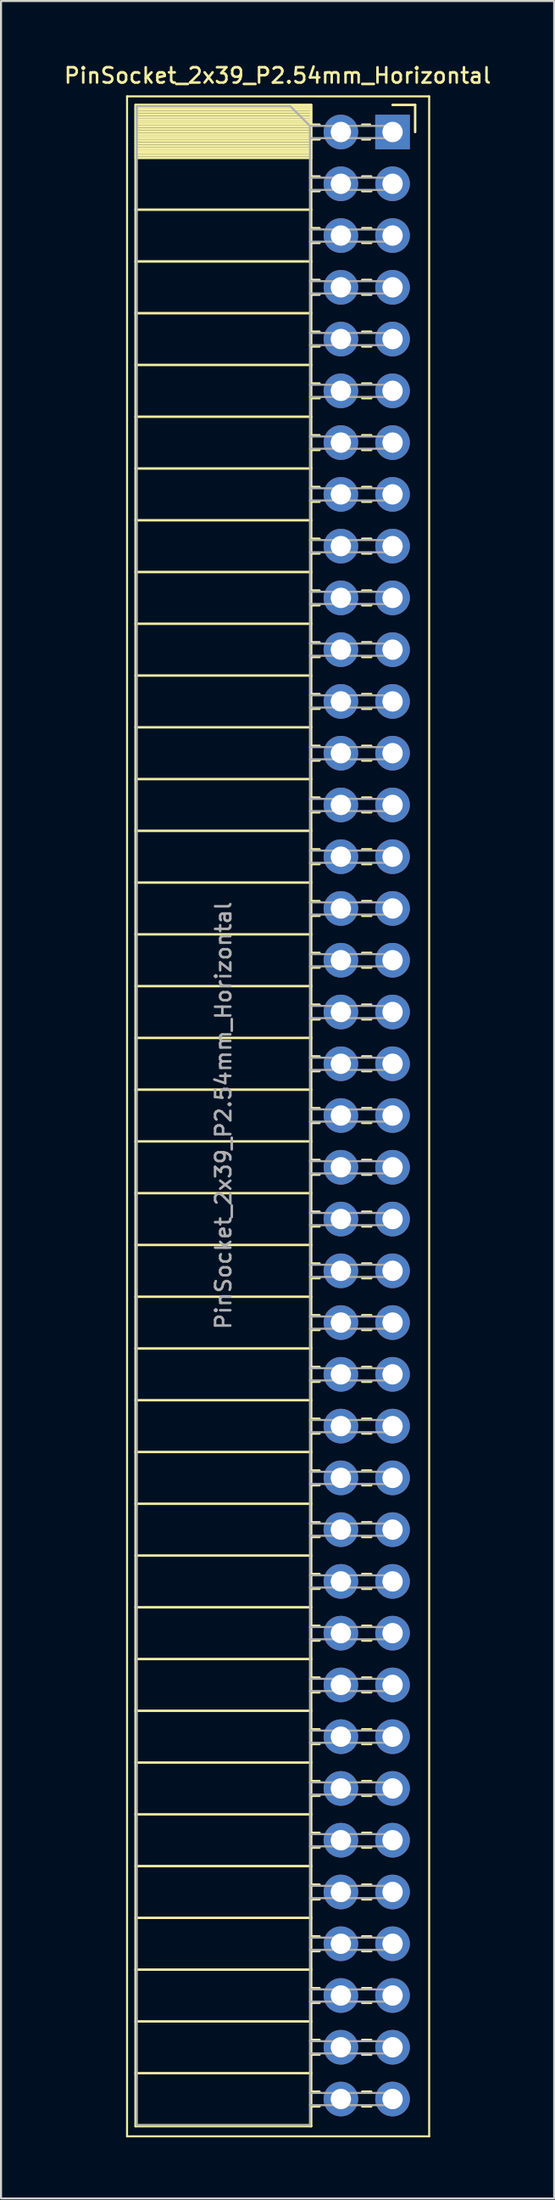
<source format=kicad_pcb>
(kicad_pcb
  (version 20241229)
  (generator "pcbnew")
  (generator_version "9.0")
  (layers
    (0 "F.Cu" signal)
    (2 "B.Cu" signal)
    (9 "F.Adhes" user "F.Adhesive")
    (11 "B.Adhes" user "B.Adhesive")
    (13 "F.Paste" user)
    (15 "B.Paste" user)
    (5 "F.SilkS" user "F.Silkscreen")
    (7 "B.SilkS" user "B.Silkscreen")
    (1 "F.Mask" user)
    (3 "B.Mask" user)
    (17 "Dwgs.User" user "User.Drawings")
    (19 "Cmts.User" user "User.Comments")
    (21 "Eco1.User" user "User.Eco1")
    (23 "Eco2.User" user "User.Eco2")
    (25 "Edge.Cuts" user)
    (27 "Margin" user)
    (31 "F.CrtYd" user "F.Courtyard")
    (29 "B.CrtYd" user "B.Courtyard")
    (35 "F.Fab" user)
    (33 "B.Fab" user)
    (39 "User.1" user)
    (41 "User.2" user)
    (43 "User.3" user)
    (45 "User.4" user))
  (footprint "PinSocket_2x39_P2.54mm_Horizontal"
    (layer "F.Cu")
    (at 16.245 3.428)
    (property "Reference" "PinSocket_2x39_P2.54mm_Horizontal" (at -5.65 -2.77 0) (layer "F.SilkS") (effects (font (size 0.75 0.75) (thickness 0.125))))
    (attr through_hole)
    (fp_line (start -13.05 -1.75) (end -13.05 98.35) (stroke (width 0.1) (type solid)) (layer "F.SilkS"))
    (fp_line (start -13.05 98.35) (end 1.8 98.35) (stroke (width 0.1) (type solid)) (layer "F.SilkS"))
    (fp_line (start -12.63 -1.33) (end -12.63 97.85) (stroke (width 0.12) (type solid)) (layer "F.SilkS"))
    (fp_line (start -12.63 -1.33) (end -4 -1.33) (stroke (width 0.12) (type solid)) (layer "F.SilkS"))
    (fp_line (start -12.63 -1.21) (end -4 -1.21) (stroke (width 0.12) (type solid)) (layer "F.SilkS"))
    (fp_line (start -12.63 -1.092) (end -4 -1.092) (stroke (width 0.12) (type solid)) (layer "F.SilkS"))
    (fp_line (start -12.63 -0.974) (end -4 -0.974) (stroke (width 0.12) (type solid)) (layer "F.SilkS"))
    (fp_line (start -12.63 -0.856) (end -4 -0.856) (stroke (width 0.12) (type solid)) (layer "F.SilkS"))
    (fp_line (start -12.63 -0.738) (end -4 -0.738) (stroke (width 0.12) (type solid)) (layer "F.SilkS"))
    (fp_line (start -12.63 -0.62) (end -4 -0.62) (stroke (width 0.12) (type solid)) (layer "F.SilkS"))
    (fp_line (start -12.63 -0.501) (end -4 -0.501) (stroke (width 0.12) (type solid)) (layer "F.SilkS"))
    (fp_line (start -12.63 -0.383) (end -4 -0.383) (stroke (width 0.12) (type solid)) (layer "F.SilkS"))
    (fp_line (start -12.63 -0.265) (end -4 -0.265) (stroke (width 0.12) (type solid)) (layer "F.SilkS"))
    (fp_line (start -12.63 -0.147) (end -4 -0.147) (stroke (width 0.12) (type solid)) (layer "F.SilkS"))
    (fp_line (start -12.63 -0.029) (end -4 -0.029) (stroke (width 0.12) (type solid)) (layer "F.SilkS"))
    (fp_line (start -12.63 0.089) (end -4 0.089) (stroke (width 0.12) (type solid)) (layer "F.SilkS"))
    (fp_line (start -12.63 0.207) (end -4 0.207) (stroke (width 0.12) (type solid)) (layer "F.SilkS"))
    (fp_line (start -12.63 0.325) (end -4 0.325) (stroke (width 0.12) (type solid)) (layer "F.SilkS"))
    (fp_line (start -12.63 0.443) (end -4 0.443) (stroke (width 0.12) (type solid)) (layer "F.SilkS"))
    (fp_line (start -12.63 0.561) (end -4 0.561) (stroke (width 0.12) (type solid)) (layer "F.SilkS"))
    (fp_line (start -12.63 0.68) (end -4 0.68) (stroke (width 0.12) (type solid)) (layer "F.SilkS"))
    (fp_line (start -12.63 0.798) (end -4 0.798) (stroke (width 0.12) (type solid)) (layer "F.SilkS"))
    (fp_line (start -12.63 0.916) (end -4 0.916) (stroke (width 0.12) (type solid)) (layer "F.SilkS"))
    (fp_line (start -12.63 1.034) (end -4 1.034) (stroke (width 0.12) (type solid)) (layer "F.SilkS"))
    (fp_line (start -12.63 1.152) (end -4 1.152) (stroke (width 0.12) (type solid)) (layer "F.SilkS"))
    (fp_line (start -12.63 1.27) (end -4 1.27) (stroke (width 0.12) (type solid)) (layer "F.SilkS"))
    (fp_line (start -12.63 3.81) (end -4 3.81) (stroke (width 0.12) (type solid)) (layer "F.SilkS"))
    (fp_line (start -12.63 6.35) (end -4 6.35) (stroke (width 0.12) (type solid)) (layer "F.SilkS"))
    (fp_line (start -12.63 8.89) (end -4 8.89) (stroke (width 0.12) (type solid)) (layer "F.SilkS"))
    (fp_line (start -12.63 11.43) (end -4 11.43) (stroke (width 0.12) (type solid)) (layer "F.SilkS"))
    (fp_line (start -12.63 13.97) (end -4 13.97) (stroke (width 0.12) (type solid)) (layer "F.SilkS"))
    (fp_line (start -12.63 16.51) (end -4 16.51) (stroke (width 0.12) (type solid)) (layer "F.SilkS"))
    (fp_line (start -12.63 19.05) (end -4 19.05) (stroke (width 0.12) (type solid)) (layer "F.SilkS"))
    (fp_line (start -12.63 21.59) (end -4 21.59) (stroke (width 0.12) (type solid)) (layer "F.SilkS"))
    (fp_line (start -12.63 24.13) (end -4 24.13) (stroke (width 0.12) (type solid)) (layer "F.SilkS"))
    (fp_line (start -12.63 26.67) (end -4 26.67) (stroke (width 0.12) (type solid)) (layer "F.SilkS"))
    (fp_line (start -12.63 29.21) (end -4 29.21) (stroke (width 0.12) (type solid)) (layer "F.SilkS"))
    (fp_line (start -12.63 31.75) (end -4 31.75) (stroke (width 0.12) (type solid)) (layer "F.SilkS"))
    (fp_line (start -12.63 34.29) (end -4 34.29) (stroke (width 0.12) (type solid)) (layer "F.SilkS"))
    (fp_line (start -12.63 36.83) (end -4 36.83) (stroke (width 0.12) (type solid)) (layer "F.SilkS"))
    (fp_line (start -12.63 39.37) (end -4 39.37) (stroke (width 0.12) (type solid)) (layer "F.SilkS"))
    (fp_line (start -12.63 41.91) (end -4 41.91) (stroke (width 0.12) (type solid)) (layer "F.SilkS"))
    (fp_line (start -12.63 44.45) (end -4 44.45) (stroke (width 0.12) (type solid)) (layer "F.SilkS"))
    (fp_line (start -12.63 46.99) (end -4 46.99) (stroke (width 0.12) (type solid)) (layer "F.SilkS"))
    (fp_line (start -12.63 49.53) (end -4 49.53) (stroke (width 0.12) (type solid)) (layer "F.SilkS"))
    (fp_line (start -12.63 52.07) (end -4 52.07) (stroke (width 0.12) (type solid)) (layer "F.SilkS"))
    (fp_line (start -12.63 54.61) (end -4 54.61) (stroke (width 0.12) (type solid)) (layer "F.SilkS"))
    (fp_line (start -12.63 57.15) (end -4 57.15) (stroke (width 0.12) (type solid)) (layer "F.SilkS"))
    (fp_line (start -12.63 59.69) (end -4 59.69) (stroke (width 0.12) (type solid)) (layer "F.SilkS"))
    (fp_line (start -12.63 62.23) (end -4 62.23) (stroke (width 0.12) (type solid)) (layer "F.SilkS"))
    (fp_line (start -12.63 64.77) (end -4 64.77) (stroke (width 0.12) (type solid)) (layer "F.SilkS"))
    (fp_line (start -12.63 67.31) (end -4 67.31) (stroke (width 0.12) (type solid)) (layer "F.SilkS"))
    (fp_line (start -12.63 69.85) (end -4 69.85) (stroke (width 0.12) (type solid)) (layer "F.SilkS"))
    (fp_line (start -12.63 72.39) (end -4 72.39) (stroke (width 0.12) (type solid)) (layer "F.SilkS"))
    (fp_line (start -12.63 74.93) (end -4 74.93) (stroke (width 0.12) (type solid)) (layer "F.SilkS"))
    (fp_line (start -12.63 77.47) (end -4 77.47) (stroke (width 0.12) (type solid)) (layer "F.SilkS"))
    (fp_line (start -12.63 80.01) (end -4 80.01) (stroke (width 0.12) (type solid)) (layer "F.SilkS"))
    (fp_line (start -12.63 82.55) (end -4 82.55) (stroke (width 0.12) (type solid)) (layer "F.SilkS"))
    (fp_line (start -12.63 85.09) (end -4 85.09) (stroke (width 0.12) (type solid)) (layer "F.SilkS"))
    (fp_line (start -12.63 87.63) (end -4 87.63) (stroke (width 0.12) (type solid)) (layer "F.SilkS"))
    (fp_line (start -12.63 90.17) (end -4 90.17) (stroke (width 0.12) (type solid)) (layer "F.SilkS"))
    (fp_line (start -12.63 92.71) (end -4 92.71) (stroke (width 0.12) (type solid)) (layer "F.SilkS"))
    (fp_line (start -12.63 95.25) (end -4 95.25) (stroke (width 0.12) (type solid)) (layer "F.SilkS"))
    (fp_line (start -12.63 97.85) (end -4 97.85) (stroke (width 0.12) (type solid)) (layer "F.SilkS"))
    (fp_line (start -4 -1.33) (end -4 97.85) (stroke (width 0.12) (type solid)) (layer "F.SilkS"))
    (fp_line (start -4 -0.36) (end -3.59 -0.36) (stroke (width 0.12) (type solid)) (layer "F.SilkS"))
    (fp_line (start -4 0.36) (end -3.59 0.36) (stroke (width 0.12) (type solid)) (layer "F.SilkS"))
    (fp_line (start -4 2.18) (end -3.59 2.18) (stroke (width 0.12) (type solid)) (layer "F.SilkS"))
    (fp_line (start -4 2.9) (end -3.59 2.9) (stroke (width 0.12) (type solid)) (layer "F.SilkS"))
    (fp_line (start -4 4.72) (end -3.59 4.72) (stroke (width 0.12) (type solid)) (layer "F.SilkS"))
    (fp_line (start -4 5.44) (end -3.59 5.44) (stroke (width 0.12) (type solid)) (layer "F.SilkS"))
    (fp_line (start -4 7.26) (end -3.59 7.26) (stroke (width 0.12) (type solid)) (layer "F.SilkS"))
    (fp_line (start -4 7.98) (end -3.59 7.98) (stroke (width 0.12) (type solid)) (layer "F.SilkS"))
    (fp_line (start -4 9.8) (end -3.59 9.8) (stroke (width 0.12) (type solid)) (layer "F.SilkS"))
    (fp_line (start -4 10.52) (end -3.59 10.52) (stroke (width 0.12) (type solid)) (layer "F.SilkS"))
    (fp_line (start -4 12.34) (end -3.59 12.34) (stroke (width 0.12) (type solid)) (layer "F.SilkS"))
    (fp_line (start -4 13.06) (end -3.59 13.06) (stroke (width 0.12) (type solid)) (layer "F.SilkS"))
    (fp_line (start -4 14.88) (end -3.59 14.88) (stroke (width 0.12) (type solid)) (layer "F.SilkS"))
    (fp_line (start -4 15.6) (end -3.59 15.6) (stroke (width 0.12) (type solid)) (layer "F.SilkS"))
    (fp_line (start -4 17.42) (end -3.59 17.42) (stroke (width 0.12) (type solid)) (layer "F.SilkS"))
    (fp_line (start -4 18.14) (end -3.59 18.14) (stroke (width 0.12) (type solid)) (layer "F.SilkS"))
    (fp_line (start -4 19.96) (end -3.59 19.96) (stroke (width 0.12) (type solid)) (layer "F.SilkS"))
    (fp_line (start -4 20.68) (end -3.59 20.68) (stroke (width 0.12) (type solid)) (layer "F.SilkS"))
    (fp_line (start -4 22.5) (end -3.59 22.5) (stroke (width 0.12) (type solid)) (layer "F.SilkS"))
    (fp_line (start -4 23.22) (end -3.59 23.22) (stroke (width 0.12) (type solid)) (layer "F.SilkS"))
    (fp_line (start -4 25.04) (end -3.59 25.04) (stroke (width 0.12) (type solid)) (layer "F.SilkS"))
    (fp_line (start -4 25.76) (end -3.59 25.76) (stroke (width 0.12) (type solid)) (layer "F.SilkS"))
    (fp_line (start -4 27.58) (end -3.59 27.58) (stroke (width 0.12) (type solid)) (layer "F.SilkS"))
    (fp_line (start -4 28.3) (end -3.59 28.3) (stroke (width 0.12) (type solid)) (layer "F.SilkS"))
    (fp_line (start -4 30.12) (end -3.59 30.12) (stroke (width 0.12) (type solid)) (layer "F.SilkS"))
    (fp_line (start -4 30.84) (end -3.59 30.84) (stroke (width 0.12) (type solid)) (layer "F.SilkS"))
    (fp_line (start -4 32.66) (end -3.59 32.66) (stroke (width 0.12) (type solid)) (layer "F.SilkS"))
    (fp_line (start -4 33.38) (end -3.59 33.38) (stroke (width 0.12) (type solid)) (layer "F.SilkS"))
    (fp_line (start -4 35.2) (end -3.59 35.2) (stroke (width 0.12) (type solid)) (layer "F.SilkS"))
    (fp_line (start -4 35.92) (end -3.59 35.92) (stroke (width 0.12) (type solid)) (layer "F.SilkS"))
    (fp_line (start -4 37.74) (end -3.59 37.74) (stroke (width 0.12) (type solid)) (layer "F.SilkS"))
    (fp_line (start -4 38.46) (end -3.59 38.46) (stroke (width 0.12) (type solid)) (layer "F.SilkS"))
    (fp_line (start -4 40.28) (end -3.59 40.28) (stroke (width 0.12) (type solid)) (layer "F.SilkS"))
    (fp_line (start -4 41) (end -3.59 41) (stroke (width 0.12) (type solid)) (layer "F.SilkS"))
    (fp_line (start -4 42.82) (end -3.59 42.82) (stroke (width 0.12) (type solid)) (layer "F.SilkS"))
    (fp_line (start -4 43.54) (end -3.59 43.54) (stroke (width 0.12) (type solid)) (layer "F.SilkS"))
    (fp_line (start -4 45.36) (end -3.59 45.36) (stroke (width 0.12) (type solid)) (layer "F.SilkS"))
    (fp_line (start -4 46.08) (end -3.59 46.08) (stroke (width 0.12) (type solid)) (layer "F.SilkS"))
    (fp_line (start -4 47.9) (end -3.59 47.9) (stroke (width 0.12) (type solid)) (layer "F.SilkS"))
    (fp_line (start -4 48.62) (end -3.59 48.62) (stroke (width 0.12) (type solid)) (layer "F.SilkS"))
    (fp_line (start -4 50.44) (end -3.59 50.44) (stroke (width 0.12) (type solid)) (layer "F.SilkS"))
    (fp_line (start -4 51.16) (end -3.59 51.16) (stroke (width 0.12) (type solid)) (layer "F.SilkS"))
    (fp_line (start -4 52.98) (end -3.59 52.98) (stroke (width 0.12) (type solid)) (layer "F.SilkS"))
    (fp_line (start -4 53.7) (end -3.59 53.7) (stroke (width 0.12) (type solid)) (layer "F.SilkS"))
    (fp_line (start -4 55.52) (end -3.59 55.52) (stroke (width 0.12) (type solid)) (layer "F.SilkS"))
    (fp_line (start -4 56.24) (end -3.59 56.24) (stroke (width 0.12) (type solid)) (layer "F.SilkS"))
    (fp_line (start -4 58.06) (end -3.59 58.06) (stroke (width 0.12) (type solid)) (layer "F.SilkS"))
    (fp_line (start -4 58.78) (end -3.59 58.78) (stroke (width 0.12) (type solid)) (layer "F.SilkS"))
    (fp_line (start -4 60.6) (end -3.59 60.6) (stroke (width 0.12) (type solid)) (layer "F.SilkS"))
    (fp_line (start -4 61.32) (end -3.59 61.32) (stroke (width 0.12) (type solid)) (layer "F.SilkS"))
    (fp_line (start -4 63.14) (end -3.59 63.14) (stroke (width 0.12) (type solid)) (layer "F.SilkS"))
    (fp_line (start -4 63.86) (end -3.59 63.86) (stroke (width 0.12) (type solid)) (layer "F.SilkS"))
    (fp_line (start -4 65.68) (end -3.59 65.68) (stroke (width 0.12) (type solid)) (layer "F.SilkS"))
    (fp_line (start -4 66.4) (end -3.59 66.4) (stroke (width 0.12) (type solid)) (layer "F.SilkS"))
    (fp_line (start -4 68.22) (end -3.59 68.22) (stroke (width 0.12) (type solid)) (layer "F.SilkS"))
    (fp_line (start -4 68.94) (end -3.59 68.94) (stroke (width 0.12) (type solid)) (layer "F.SilkS"))
    (fp_line (start -4 70.76) (end -3.59 70.76) (stroke (width 0.12) (type solid)) (layer "F.SilkS"))
    (fp_line (start -4 71.48) (end -3.59 71.48) (stroke (width 0.12) (type solid)) (layer "F.SilkS"))
    (fp_line (start -4 73.3) (end -3.59 73.3) (stroke (width 0.12) (type solid)) (layer "F.SilkS"))
    (fp_line (start -4 74.02) (end -3.59 74.02) (stroke (width 0.12) (type solid)) (layer "F.SilkS"))
    (fp_line (start -4 75.84) (end -3.59 75.84) (stroke (width 0.12) (type solid)) (layer "F.SilkS"))
    (fp_line (start -4 76.56) (end -3.59 76.56) (stroke (width 0.12) (type solid)) (layer "F.SilkS"))
    (fp_line (start -4 78.38) (end -3.59 78.38) (stroke (width 0.12) (type solid)) (layer "F.SilkS"))
    (fp_line (start -4 79.1) (end -3.59 79.1) (stroke (width 0.12) (type solid)) (layer "F.SilkS"))
    (fp_line (start -4 80.92) (end -3.59 80.92) (stroke (width 0.12) (type solid)) (layer "F.SilkS"))
    (fp_line (start -4 81.64) (end -3.59 81.64) (stroke (width 0.12) (type solid)) (layer "F.SilkS"))
    (fp_line (start -4 83.46) (end -3.59 83.46) (stroke (width 0.12) (type solid)) (layer "F.SilkS"))
    (fp_line (start -4 84.18) (end -3.59 84.18) (stroke (width 0.12) (type solid)) (layer "F.SilkS"))
    (fp_line (start -4 86) (end -3.59 86) (stroke (width 0.12) (type solid)) (layer "F.SilkS"))
    (fp_line (start -4 86.72) (end -3.59 86.72) (stroke (width 0.12) (type solid)) (layer "F.SilkS"))
    (fp_line (start -4 88.54) (end -3.59 88.54) (stroke (width 0.12) (type solid)) (layer "F.SilkS"))
    (fp_line (start -4 89.26) (end -3.59 89.26) (stroke (width 0.12) (type solid)) (layer "F.SilkS"))
    (fp_line (start -4 91.08) (end -3.59 91.08) (stroke (width 0.12) (type solid)) (layer "F.SilkS"))
    (fp_line (start -4 91.8) (end -3.59 91.8) (stroke (width 0.12) (type solid)) (layer "F.SilkS"))
    (fp_line (start -4 93.62) (end -3.59 93.62) (stroke (width 0.12) (type solid)) (layer "F.SilkS"))
    (fp_line (start -4 94.34) (end -3.59 94.34) (stroke (width 0.12) (type solid)) (layer "F.SilkS"))
    (fp_line (start -4 96.16) (end -3.59 96.16) (stroke (width 0.12) (type solid)) (layer "F.SilkS"))
    (fp_line (start -4 96.88) (end -3.59 96.88) (stroke (width 0.12) (type solid)) (layer "F.SilkS"))
    (fp_line (start -1.49 -0.36) (end -1.11 -0.36) (stroke (width 0.12) (type solid)) (layer "F.SilkS"))
    (fp_line (start -1.49 0.36) (end -1.11 0.36) (stroke (width 0.12) (type solid)) (layer "F.SilkS"))
    (fp_line (start -1.49 2.18) (end -1.05 2.18) (stroke (width 0.12) (type solid)) (layer "F.SilkS"))
    (fp_line (start -1.49 2.9) (end -1.05 2.9) (stroke (width 0.12) (type solid)) (layer "F.SilkS"))
    (fp_line (start -1.49 4.72) (end -1.05 4.72) (stroke (width 0.12) (type solid)) (layer "F.SilkS"))
    (fp_line (start -1.49 5.44) (end -1.05 5.44) (stroke (width 0.12) (type solid)) (layer "F.SilkS"))
    (fp_line (start -1.49 7.26) (end -1.05 7.26) (stroke (width 0.12) (type solid)) (layer "F.SilkS"))
    (fp_line (start -1.49 7.98) (end -1.05 7.98) (stroke (width 0.12) (type solid)) (layer "F.SilkS"))
    (fp_line (start -1.49 9.8) (end -1.05 9.8) (stroke (width 0.12) (type solid)) (layer "F.SilkS"))
    (fp_line (start -1.49 10.52) (end -1.05 10.52) (stroke (width 0.12) (type solid)) (layer "F.SilkS"))
    (fp_line (start -1.49 12.34) (end -1.05 12.34) (stroke (width 0.12) (type solid)) (layer "F.SilkS"))
    (fp_line (start -1.49 13.06) (end -1.05 13.06) (stroke (width 0.12) (type solid)) (layer "F.SilkS"))
    (fp_line (start -1.49 14.88) (end -1.05 14.88) (stroke (width 0.12) (type solid)) (layer "F.SilkS"))
    (fp_line (start -1.49 15.6) (end -1.05 15.6) (stroke (width 0.12) (type solid)) (layer "F.SilkS"))
    (fp_line (start -1.49 17.42) (end -1.05 17.42) (stroke (width 0.12) (type solid)) (layer "F.SilkS"))
    (fp_line (start -1.49 18.14) (end -1.05 18.14) (stroke (width 0.12) (type solid)) (layer "F.SilkS"))
    (fp_line (start -1.49 19.96) (end -1.05 19.96) (stroke (width 0.12) (type solid)) (layer "F.SilkS"))
    (fp_line (start -1.49 20.68) (end -1.05 20.68) (stroke (width 0.12) (type solid)) (layer "F.SilkS"))
    (fp_line (start -1.49 22.5) (end -1.05 22.5) (stroke (width 0.12) (type solid)) (layer "F.SilkS"))
    (fp_line (start -1.49 23.22) (end -1.05 23.22) (stroke (width 0.12) (type solid)) (layer "F.SilkS"))
    (fp_line (start -1.49 25.04) (end -1.05 25.04) (stroke (width 0.12) (type solid)) (layer "F.SilkS"))
    (fp_line (start -1.49 25.76) (end -1.05 25.76) (stroke (width 0.12) (type solid)) (layer "F.SilkS"))
    (fp_line (start -1.49 27.58) (end -1.05 27.58) (stroke (width 0.12) (type solid)) (layer "F.SilkS"))
    (fp_line (start -1.49 28.3) (end -1.05 28.3) (stroke (width 0.12) (type solid)) (layer "F.SilkS"))
    (fp_line (start -1.49 30.12) (end -1.05 30.12) (stroke (width 0.12) (type solid)) (layer "F.SilkS"))
    (fp_line (start -1.49 30.84) (end -1.05 30.84) (stroke (width 0.12) (type solid)) (layer "F.SilkS"))
    (fp_line (start -1.49 32.66) (end -1.05 32.66) (stroke (width 0.12) (type solid)) (layer "F.SilkS"))
    (fp_line (start -1.49 33.38) (end -1.05 33.38) (stroke (width 0.12) (type solid)) (layer "F.SilkS"))
    (fp_line (start -1.49 35.2) (end -1.05 35.2) (stroke (width 0.12) (type solid)) (layer "F.SilkS"))
    (fp_line (start -1.49 35.92) (end -1.05 35.92) (stroke (width 0.12) (type solid)) (layer "F.SilkS"))
    (fp_line (start -1.49 37.74) (end -1.05 37.74) (stroke (width 0.12) (type solid)) (layer "F.SilkS"))
    (fp_line (start -1.49 38.46) (end -1.05 38.46) (stroke (width 0.12) (type solid)) (layer "F.SilkS"))
    (fp_line (start -1.49 40.28) (end -1.05 40.28) (stroke (width 0.12) (type solid)) (layer "F.SilkS"))
    (fp_line (start -1.49 41) (end -1.05 41) (stroke (width 0.12) (type solid)) (layer "F.SilkS"))
    (fp_line (start -1.49 42.82) (end -1.05 42.82) (stroke (width 0.12) (type solid)) (layer "F.SilkS"))
    (fp_line (start -1.49 43.54) (end -1.05 43.54) (stroke (width 0.12) (type solid)) (layer "F.SilkS"))
    (fp_line (start -1.49 45.36) (end -1.05 45.36) (stroke (width 0.12) (type solid)) (layer "F.SilkS"))
    (fp_line (start -1.49 46.08) (end -1.05 46.08) (stroke (width 0.12) (type solid)) (layer "F.SilkS"))
    (fp_line (start -1.49 47.9) (end -1.05 47.9) (stroke (width 0.12) (type solid)) (layer "F.SilkS"))
    (fp_line (start -1.49 48.62) (end -1.05 48.62) (stroke (width 0.12) (type solid)) (layer "F.SilkS"))
    (fp_line (start -1.49 50.44) (end -1.05 50.44) (stroke (width 0.12) (type solid)) (layer "F.SilkS"))
    (fp_line (start -1.49 51.16) (end -1.05 51.16) (stroke (width 0.12) (type solid)) (layer "F.SilkS"))
    (fp_line (start -1.49 52.98) (end -1.05 52.98) (stroke (width 0.12) (type solid)) (layer "F.SilkS"))
    (fp_line (start -1.49 53.7) (end -1.05 53.7) (stroke (width 0.12) (type solid)) (layer "F.SilkS"))
    (fp_line (start -1.49 55.52) (end -1.05 55.52) (stroke (width 0.12) (type solid)) (layer "F.SilkS"))
    (fp_line (start -1.49 56.24) (end -1.05 56.24) (stroke (width 0.12) (type solid)) (layer "F.SilkS"))
    (fp_line (start -1.49 58.06) (end -1.05 58.06) (stroke (width 0.12) (type solid)) (layer "F.SilkS"))
    (fp_line (start -1.49 58.78) (end -1.05 58.78) (stroke (width 0.12) (type solid)) (layer "F.SilkS"))
    (fp_line (start -1.49 60.6) (end -1.05 60.6) (stroke (width 0.12) (type solid)) (layer "F.SilkS"))
    (fp_line (start -1.49 61.32) (end -1.05 61.32) (stroke (width 0.12) (type solid)) (layer "F.SilkS"))
    (fp_line (start -1.49 63.14) (end -1.05 63.14) (stroke (width 0.12) (type solid)) (layer "F.SilkS"))
    (fp_line (start -1.49 63.86) (end -1.05 63.86) (stroke (width 0.12) (type solid)) (layer "F.SilkS"))
    (fp_line (start -1.49 65.68) (end -1.05 65.68) (stroke (width 0.12) (type solid)) (layer "F.SilkS"))
    (fp_line (start -1.49 66.4) (end -1.05 66.4) (stroke (width 0.12) (type solid)) (layer "F.SilkS"))
    (fp_line (start -1.49 68.22) (end -1.05 68.22) (stroke (width 0.12) (type solid)) (layer "F.SilkS"))
    (fp_line (start -1.49 68.94) (end -1.05 68.94) (stroke (width 0.12) (type solid)) (layer "F.SilkS"))
    (fp_line (start -1.49 70.76) (end -1.05 70.76) (stroke (width 0.12) (type solid)) (layer "F.SilkS"))
    (fp_line (start -1.49 71.48) (end -1.05 71.48) (stroke (width 0.12) (type solid)) (layer "F.SilkS"))
    (fp_line (start -1.49 73.3) (end -1.05 73.3) (stroke (width 0.12) (type solid)) (layer "F.SilkS"))
    (fp_line (start -1.49 74.02) (end -1.05 74.02) (stroke (width 0.12) (type solid)) (layer "F.SilkS"))
    (fp_line (start -1.49 75.84) (end -1.05 75.84) (stroke (width 0.12) (type solid)) (layer "F.SilkS"))
    (fp_line (start -1.49 76.56) (end -1.05 76.56) (stroke (width 0.12) (type solid)) (layer "F.SilkS"))
    (fp_line (start -1.49 78.38) (end -1.05 78.38) (stroke (width 0.12) (type solid)) (layer "F.SilkS"))
    (fp_line (start -1.49 79.1) (end -1.05 79.1) (stroke (width 0.12) (type solid)) (layer "F.SilkS"))
    (fp_line (start -1.49 80.92) (end -1.05 80.92) (stroke (width 0.12) (type solid)) (layer "F.SilkS"))
    (fp_line (start -1.49 81.64) (end -1.05 81.64) (stroke (width 0.12) (type solid)) (layer "F.SilkS"))
    (fp_line (start -1.49 83.46) (end -1.05 83.46) (stroke (width 0.12) (type solid)) (layer "F.SilkS"))
    (fp_line (start -1.49 84.18) (end -1.05 84.18) (stroke (width 0.12) (type solid)) (layer "F.SilkS"))
    (fp_line (start -1.49 86) (end -1.05 86) (stroke (width 0.12) (type solid)) (layer "F.SilkS"))
    (fp_line (start -1.49 86.72) (end -1.05 86.72) (stroke (width 0.12) (type solid)) (layer "F.SilkS"))
    (fp_line (start -1.49 88.54) (end -1.05 88.54) (stroke (width 0.12) (type solid)) (layer "F.SilkS"))
    (fp_line (start -1.49 89.26) (end -1.05 89.26) (stroke (width 0.12) (type solid)) (layer "F.SilkS"))
    (fp_line (start -1.49 91.08) (end -1.05 91.08) (stroke (width 0.12) (type solid)) (layer "F.SilkS"))
    (fp_line (start -1.49 91.8) (end -1.05 91.8) (stroke (width 0.12) (type solid)) (layer "F.SilkS"))
    (fp_line (start -1.49 93.62) (end -1.05 93.62) (stroke (width 0.12) (type solid)) (layer "F.SilkS"))
    (fp_line (start -1.49 94.34) (end -1.05 94.34) (stroke (width 0.12) (type solid)) (layer "F.SilkS"))
    (fp_line (start -1.49 96.16) (end -1.05 96.16) (stroke (width 0.12) (type solid)) (layer "F.SilkS"))
    (fp_line (start -1.49 96.88) (end -1.05 96.88) (stroke (width 0.12) (type solid)) (layer "F.SilkS"))
    (fp_line (start 0 -1.33) (end 1.11 -1.33) (stroke (width 0.12) (type solid)) (layer "F.SilkS"))
    (fp_line (start 1.11 -1.33) (end 1.11 0) (stroke (width 0.12) (type solid)) (layer "F.SilkS"))
    (fp_line (start 1.8 -1.75) (end -13.05 -1.75) (stroke (width 0.1) (type solid)) (layer "F.SilkS"))
    (fp_line (start 1.8 98.35) (end 1.8 -1.75) (stroke (width 0.1) (type solid)) (layer "F.SilkS"))
    (fp_line (start -12.57 -1.27) (end -5.03 -1.27) (stroke (width 0.1) (type solid)) (layer "F.Fab"))
    (fp_line (start -12.57 97.79) (end -12.57 -1.27) (stroke (width 0.1) (type solid)) (layer "F.Fab"))
    (fp_line (start -5.03 -1.27) (end -4.06 -0.3) (stroke (width 0.1) (type solid)) (layer "F.Fab"))
    (fp_line (start -4.06 -0.3) (end -4.06 97.79) (stroke (width 0.1) (type solid)) (layer "F.Fab"))
    (fp_line (start -4.06 0.3) (end 0 0.3) (stroke (width 0.1) (type solid)) (layer "F.Fab"))
    (fp_line (start -4.06 2.84) (end 0 2.84) (stroke (width 0.1) (type solid)) (layer "F.Fab"))
    (fp_line (start -4.06 5.38) (end 0 5.38) (stroke (width 0.1) (type solid)) (layer "F.Fab"))
    (fp_line (start -4.06 7.92) (end 0 7.92) (stroke (width 0.1) (type solid)) (layer "F.Fab"))
    (fp_line (start -4.06 10.46) (end 0 10.46) (stroke (width 0.1) (type solid)) (layer "F.Fab"))
    (fp_line (start -4.06 13) (end 0 13) (stroke (width 0.1) (type solid)) (layer "F.Fab"))
    (fp_line (start -4.06 15.54) (end 0 15.54) (stroke (width 0.1) (type solid)) (layer "F.Fab"))
    (fp_line (start -4.06 18.08) (end 0 18.08) (stroke (width 0.1) (type solid)) (layer "F.Fab"))
    (fp_line (start -4.06 20.62) (end 0 20.62) (stroke (width 0.1) (type solid)) (layer "F.Fab"))
    (fp_line (start -4.06 23.16) (end 0 23.16) (stroke (width 0.1) (type solid)) (layer "F.Fab"))
    (fp_line (start -4.06 25.7) (end 0 25.7) (stroke (width 0.1) (type solid)) (layer "F.Fab"))
    (fp_line (start -4.06 28.24) (end 0 28.24) (stroke (width 0.1) (type solid)) (layer "F.Fab"))
    (fp_line (start -4.06 30.78) (end 0 30.78) (stroke (width 0.1) (type solid)) (layer "F.Fab"))
    (fp_line (start -4.06 33.32) (end 0 33.32) (stroke (width 0.1) (type solid)) (layer "F.Fab"))
    (fp_line (start -4.06 35.86) (end 0 35.86) (stroke (width 0.1) (type solid)) (layer "F.Fab"))
    (fp_line (start -4.06 38.4) (end 0 38.4) (stroke (width 0.1) (type solid)) (layer "F.Fab"))
    (fp_line (start -4.06 40.94) (end 0 40.94) (stroke (width 0.1) (type solid)) (layer "F.Fab"))
    (fp_line (start -4.06 43.48) (end 0 43.48) (stroke (width 0.1) (type solid)) (layer "F.Fab"))
    (fp_line (start -4.06 46.02) (end 0 46.02) (stroke (width 0.1) (type solid)) (layer "F.Fab"))
    (fp_line (start -4.06 48.56) (end 0 48.56) (stroke (width 0.1) (type solid)) (layer "F.Fab"))
    (fp_line (start -4.06 51.1) (end 0 51.1) (stroke (width 0.1) (type solid)) (layer "F.Fab"))
    (fp_line (start -4.06 53.64) (end 0 53.64) (stroke (width 0.1) (type solid)) (layer "F.Fab"))
    (fp_line (start -4.06 56.18) (end 0 56.18) (stroke (width 0.1) (type solid)) (layer "F.Fab"))
    (fp_line (start -4.06 58.72) (end 0 58.72) (stroke (width 0.1) (type solid)) (layer "F.Fab"))
    (fp_line (start -4.06 61.26) (end 0 61.26) (stroke (width 0.1) (type solid)) (layer "F.Fab"))
    (fp_line (start -4.06 63.8) (end 0 63.8) (stroke (width 0.1) (type solid)) (layer "F.Fab"))
    (fp_line (start -4.06 66.34) (end 0 66.34) (stroke (width 0.1) (type solid)) (layer "F.Fab"))
    (fp_line (start -4.06 68.88) (end 0 68.88) (stroke (width 0.1) (type solid)) (layer "F.Fab"))
    (fp_line (start -4.06 71.42) (end 0 71.42) (stroke (width 0.1) (type solid)) (layer "F.Fab"))
    (fp_line (start -4.06 73.96) (end 0 73.96) (stroke (width 0.1) (type solid)) (layer "F.Fab"))
    (fp_line (start -4.06 76.5) (end 0 76.5) (stroke (width 0.1) (type solid)) (layer "F.Fab"))
    (fp_line (start -4.06 79.04) (end 0 79.04) (stroke (width 0.1) (type solid)) (layer "F.Fab"))
    (fp_line (start -4.06 81.58) (end 0 81.58) (stroke (width 0.1) (type solid)) (layer "F.Fab"))
    (fp_line (start -4.06 84.12) (end 0 84.12) (stroke (width 0.1) (type solid)) (layer "F.Fab"))
    (fp_line (start -4.06 86.66) (end 0 86.66) (stroke (width 0.1) (type solid)) (layer "F.Fab"))
    (fp_line (start -4.06 89.2) (end 0 89.2) (stroke (width 0.1) (type solid)) (layer "F.Fab"))
    (fp_line (start -4.06 91.74) (end 0 91.74) (stroke (width 0.1) (type solid)) (layer "F.Fab"))
    (fp_line (start -4.06 94.28) (end 0 94.28) (stroke (width 0.1) (type solid)) (layer "F.Fab"))
    (fp_line (start -4.06 96.82) (end 0 96.82) (stroke (width 0.1) (type solid)) (layer "F.Fab"))
    (fp_line (start -4.06 97.79) (end -12.57 97.79) (stroke (width 0.1) (type solid)) (layer "F.Fab"))
    (fp_line (start 0 -0.3) (end -4.06 -0.3) (stroke (width 0.1) (type solid)) (layer "F.Fab"))
    (fp_line (start 0 0.3) (end 0 -0.3) (stroke (width 0.1) (type solid)) (layer "F.Fab"))
    (fp_line (start 0 2.24) (end -4.06 2.24) (stroke (width 0.1) (type solid)) (layer "F.Fab"))
    (fp_line (start 0 2.84) (end 0 2.24) (stroke (width 0.1) (type solid)) (layer "F.Fab"))
    (fp_line (start 0 4.78) (end -4.06 4.78) (stroke (width 0.1) (type solid)) (layer "F.Fab"))
    (fp_line (start 0 5.38) (end 0 4.78) (stroke (width 0.1) (type solid)) (layer "F.Fab"))
    (fp_line (start 0 7.32) (end -4.06 7.32) (stroke (width 0.1) (type solid)) (layer "F.Fab"))
    (fp_line (start 0 7.92) (end 0 7.32) (stroke (width 0.1) (type solid)) (layer "F.Fab"))
    (fp_line (start 0 9.86) (end -4.06 9.86) (stroke (width 0.1) (type solid)) (layer "F.Fab"))
    (fp_line (start 0 10.46) (end 0 9.86) (stroke (width 0.1) (type solid)) (layer "F.Fab"))
    (fp_line (start 0 12.4) (end -4.06 12.4) (stroke (width 0.1) (type solid)) (layer "F.Fab"))
    (fp_line (start 0 13) (end 0 12.4) (stroke (width 0.1) (type solid)) (layer "F.Fab"))
    (fp_line (start 0 14.94) (end -4.06 14.94) (stroke (width 0.1) (type solid)) (layer "F.Fab"))
    (fp_line (start 0 15.54) (end 0 14.94) (stroke (width 0.1) (type solid)) (layer "F.Fab"))
    (fp_line (start 0 17.48) (end -4.06 17.48) (stroke (width 0.1) (type solid)) (layer "F.Fab"))
    (fp_line (start 0 18.08) (end 0 17.48) (stroke (width 0.1) (type solid)) (layer "F.Fab"))
    (fp_line (start 0 20.02) (end -4.06 20.02) (stroke (width 0.1) (type solid)) (layer "F.Fab"))
    (fp_line (start 0 20.62) (end 0 20.02) (stroke (width 0.1) (type solid)) (layer "F.Fab"))
    (fp_line (start 0 22.56) (end -4.06 22.56) (stroke (width 0.1) (type solid)) (layer "F.Fab"))
    (fp_line (start 0 23.16) (end 0 22.56) (stroke (width 0.1) (type solid)) (layer "F.Fab"))
    (fp_line (start 0 25.1) (end -4.06 25.1) (stroke (width 0.1) (type solid)) (layer "F.Fab"))
    (fp_line (start 0 25.7) (end 0 25.1) (stroke (width 0.1) (type solid)) (layer "F.Fab"))
    (fp_line (start 0 27.64) (end -4.06 27.64) (stroke (width 0.1) (type solid)) (layer "F.Fab"))
    (fp_line (start 0 28.24) (end 0 27.64) (stroke (width 0.1) (type solid)) (layer "F.Fab"))
    (fp_line (start 0 30.18) (end -4.06 30.18) (stroke (width 0.1) (type solid)) (layer "F.Fab"))
    (fp_line (start 0 30.78) (end 0 30.18) (stroke (width 0.1) (type solid)) (layer "F.Fab"))
    (fp_line (start 0 32.72) (end -4.06 32.72) (stroke (width 0.1) (type solid)) (layer "F.Fab"))
    (fp_line (start 0 33.32) (end 0 32.72) (stroke (width 0.1) (type solid)) (layer "F.Fab"))
    (fp_line (start 0 35.26) (end -4.06 35.26) (stroke (width 0.1) (type solid)) (layer "F.Fab"))
    (fp_line (start 0 35.86) (end 0 35.26) (stroke (width 0.1) (type solid)) (layer "F.Fab"))
    (fp_line (start 0 37.8) (end -4.06 37.8) (stroke (width 0.1) (type solid)) (layer "F.Fab"))
    (fp_line (start 0 38.4) (end 0 37.8) (stroke (width 0.1) (type solid)) (layer "F.Fab"))
    (fp_line (start 0 40.34) (end -4.06 40.34) (stroke (width 0.1) (type solid)) (layer "F.Fab"))
    (fp_line (start 0 40.94) (end 0 40.34) (stroke (width 0.1) (type solid)) (layer "F.Fab"))
    (fp_line (start 0 42.88) (end -4.06 42.88) (stroke (width 0.1) (type solid)) (layer "F.Fab"))
    (fp_line (start 0 43.48) (end 0 42.88) (stroke (width 0.1) (type solid)) (layer "F.Fab"))
    (fp_line (start 0 45.42) (end -4.06 45.42) (stroke (width 0.1) (type solid)) (layer "F.Fab"))
    (fp_line (start 0 46.02) (end 0 45.42) (stroke (width 0.1) (type solid)) (layer "F.Fab"))
    (fp_line (start 0 47.96) (end -4.06 47.96) (stroke (width 0.1) (type solid)) (layer "F.Fab"))
    (fp_line (start 0 48.56) (end 0 47.96) (stroke (width 0.1) (type solid)) (layer "F.Fab"))
    (fp_line (start 0 50.5) (end -4.06 50.5) (stroke (width 0.1) (type solid)) (layer "F.Fab"))
    (fp_line (start 0 51.1) (end 0 50.5) (stroke (width 0.1) (type solid)) (layer "F.Fab"))
    (fp_line (start 0 53.04) (end -4.06 53.04) (stroke (width 0.1) (type solid)) (layer "F.Fab"))
    (fp_line (start 0 53.64) (end 0 53.04) (stroke (width 0.1) (type solid)) (layer "F.Fab"))
    (fp_line (start 0 55.58) (end -4.06 55.58) (stroke (width 0.1) (type solid)) (layer "F.Fab"))
    (fp_line (start 0 56.18) (end 0 55.58) (stroke (width 0.1) (type solid)) (layer "F.Fab"))
    (fp_line (start 0 58.12) (end -4.06 58.12) (stroke (width 0.1) (type solid)) (layer "F.Fab"))
    (fp_line (start 0 58.72) (end 0 58.12) (stroke (width 0.1) (type solid)) (layer "F.Fab"))
    (fp_line (start 0 60.66) (end -4.06 60.66) (stroke (width 0.1) (type solid)) (layer "F.Fab"))
    (fp_line (start 0 61.26) (end 0 60.66) (stroke (width 0.1) (type solid)) (layer "F.Fab"))
    (fp_line (start 0 63.2) (end -4.06 63.2) (stroke (width 0.1) (type solid)) (layer "F.Fab"))
    (fp_line (start 0 63.8) (end 0 63.2) (stroke (width 0.1) (type solid)) (layer "F.Fab"))
    (fp_line (start 0 65.74) (end -4.06 65.74) (stroke (width 0.1) (type solid)) (layer "F.Fab"))
    (fp_line (start 0 66.34) (end 0 65.74) (stroke (width 0.1) (type solid)) (layer "F.Fab"))
    (fp_line (start 0 68.28) (end -4.06 68.28) (stroke (width 0.1) (type solid)) (layer "F.Fab"))
    (fp_line (start 0 68.88) (end 0 68.28) (stroke (width 0.1) (type solid)) (layer "F.Fab"))
    (fp_line (start 0 70.82) (end -4.06 70.82) (stroke (width 0.1) (type solid)) (layer "F.Fab"))
    (fp_line (start 0 71.42) (end 0 70.82) (stroke (width 0.1) (type solid)) (layer "F.Fab"))
    (fp_line (start 0 73.36) (end -4.06 73.36) (stroke (width 0.1) (type solid)) (layer "F.Fab"))
    (fp_line (start 0 73.96) (end 0 73.36) (stroke (width 0.1) (type solid)) (layer "F.Fab"))
    (fp_line (start 0 75.9) (end -4.06 75.9) (stroke (width 0.1) (type solid)) (layer "F.Fab"))
    (fp_line (start 0 76.5) (end 0 75.9) (stroke (width 0.1) (type solid)) (layer "F.Fab"))
    (fp_line (start 0 78.44) (end -4.06 78.44) (stroke (width 0.1) (type solid)) (layer "F.Fab"))
    (fp_line (start 0 79.04) (end 0 78.44) (stroke (width 0.1) (type solid)) (layer "F.Fab"))
    (fp_line (start 0 80.98) (end -4.06 80.98) (stroke (width 0.1) (type solid)) (layer "F.Fab"))
    (fp_line (start 0 81.58) (end 0 80.98) (stroke (width 0.1) (type solid)) (layer "F.Fab"))
    (fp_line (start 0 83.52) (end -4.06 83.52) (stroke (width 0.1) (type solid)) (layer "F.Fab"))
    (fp_line (start 0 84.12) (end 0 83.52) (stroke (width 0.1) (type solid)) (layer "F.Fab"))
    (fp_line (start 0 86.06) (end -4.06 86.06) (stroke (width 0.1) (type solid)) (layer "F.Fab"))
    (fp_line (start 0 86.66) (end 0 86.06) (stroke (width 0.1) (type solid)) (layer "F.Fab"))
    (fp_line (start 0 88.6) (end -4.06 88.6) (stroke (width 0.1) (type solid)) (layer "F.Fab"))
    (fp_line (start 0 89.2) (end 0 88.6) (stroke (width 0.1) (type solid)) (layer "F.Fab"))
    (fp_line (start 0 91.14) (end -4.06 91.14) (stroke (width 0.1) (type solid)) (layer "F.Fab"))
    (fp_line (start 0 91.74) (end 0 91.14) (stroke (width 0.1) (type solid)) (layer "F.Fab"))
    (fp_line (start 0 93.68) (end -4.06 93.68) (stroke (width 0.1) (type solid)) (layer "F.Fab"))
    (fp_line (start 0 94.28) (end 0 93.68) (stroke (width 0.1) (type solid)) (layer "F.Fab"))
    (fp_line (start 0 96.22) (end -4.06 96.22) (stroke (width 0.1) (type solid)) (layer "F.Fab"))
    (fp_line (start 0 96.82) (end 0 96.22) (stroke (width 0.1) (type solid)) (layer "F.Fab"))
    (fp_text user "${REFERENCE}" (at -8.315 48.26 90) (layer "F.Fab") (effects (font (size 0.75 0.75) (thickness 0.125))))
    (pad "1" thru_hole rect (at 0 0) (size 1.7 1.7) (drill 1) (layers "*.Cu" "*.Mask"))
    (pad "2" thru_hole oval (at -2.54 0) (size 1.7 1.7) (drill 1) (layers "*.Cu" "*.Mask"))
    (pad "3" thru_hole oval (at 0 2.54) (size 1.7 1.7) (drill 1) (layers "*.Cu" "*.Mask"))
    (pad "4" thru_hole oval (at -2.54 2.54) (size 1.7 1.7) (drill 1) (layers "*.Cu" "*.Mask"))
    (pad "5" thru_hole oval (at 0 5.08) (size 1.7 1.7) (drill 1) (layers "*.Cu" "*.Mask"))
    (pad "6" thru_hole oval (at -2.54 5.08) (size 1.7 1.7) (drill 1) (layers "*.Cu" "*.Mask"))
    (pad "7" thru_hole oval (at 0 7.62) (size 1.7 1.7) (drill 1) (layers "*.Cu" "*.Mask"))
    (pad "8" thru_hole oval (at -2.54 7.62) (size 1.7 1.7) (drill 1) (layers "*.Cu" "*.Mask"))
    (pad "9" thru_hole oval (at 0 10.16) (size 1.7 1.7) (drill 1) (layers "*.Cu" "*.Mask"))
    (pad "10" thru_hole oval (at -2.54 10.16) (size 1.7 1.7) (drill 1) (layers "*.Cu" "*.Mask"))
    (pad "11" thru_hole oval (at 0 12.7) (size 1.7 1.7) (drill 1) (layers "*.Cu" "*.Mask"))
    (pad "12" thru_hole oval (at -2.54 12.7) (size 1.7 1.7) (drill 1) (layers "*.Cu" "*.Mask"))
    (pad "13" thru_hole oval (at 0 15.24) (size 1.7 1.7) (drill 1) (layers "*.Cu" "*.Mask"))
    (pad "14" thru_hole oval (at -2.54 15.24) (size 1.7 1.7) (drill 1) (layers "*.Cu" "*.Mask"))
    (pad "15" thru_hole oval (at 0 17.78) (size 1.7 1.7) (drill 1) (layers "*.Cu" "*.Mask"))
    (pad "16" thru_hole oval (at -2.54 17.78) (size 1.7 1.7) (drill 1) (layers "*.Cu" "*.Mask"))
    (pad "17" thru_hole oval (at 0 20.32) (size 1.7 1.7) (drill 1) (layers "*.Cu" "*.Mask"))
    (pad "18" thru_hole oval (at -2.54 20.32) (size 1.7 1.7) (drill 1) (layers "*.Cu" "*.Mask"))
    (pad "19" thru_hole oval (at 0 22.86) (size 1.7 1.7) (drill 1) (layers "*.Cu" "*.Mask"))
    (pad "20" thru_hole oval (at -2.54 22.86) (size 1.7 1.7) (drill 1) (layers "*.Cu" "*.Mask"))
    (pad "21" thru_hole oval (at 0 25.4) (size 1.7 1.7) (drill 1) (layers "*.Cu" "*.Mask"))
    (pad "22" thru_hole oval (at -2.54 25.4) (size 1.7 1.7) (drill 1) (layers "*.Cu" "*.Mask"))
    (pad "23" thru_hole oval (at 0 27.94) (size 1.7 1.7) (drill 1) (layers "*.Cu" "*.Mask"))
    (pad "24" thru_hole oval (at -2.54 27.94) (size 1.7 1.7) (drill 1) (layers "*.Cu" "*.Mask"))
    (pad "25" thru_hole oval (at 0 30.48) (size 1.7 1.7) (drill 1) (layers "*.Cu" "*.Mask"))
    (pad "26" thru_hole oval (at -2.54 30.48) (size 1.7 1.7) (drill 1) (layers "*.Cu" "*.Mask"))
    (pad "27" thru_hole oval (at 0 33.02) (size 1.7 1.7) (drill 1) (layers "*.Cu" "*.Mask"))
    (pad "28" thru_hole oval (at -2.54 33.02) (size 1.7 1.7) (drill 1) (layers "*.Cu" "*.Mask"))
    (pad "29" thru_hole oval (at 0 35.56) (size 1.7 1.7) (drill 1) (layers "*.Cu" "*.Mask"))
    (pad "30" thru_hole oval (at -2.54 35.56) (size 1.7 1.7) (drill 1) (layers "*.Cu" "*.Mask"))
    (pad "31" thru_hole oval (at 0 38.1) (size 1.7 1.7) (drill 1) (layers "*.Cu" "*.Mask"))
    (pad "32" thru_hole oval (at -2.54 38.1) (size 1.7 1.7) (drill 1) (layers "*.Cu" "*.Mask"))
    (pad "33" thru_hole oval (at 0 40.64) (size 1.7 1.7) (drill 1) (layers "*.Cu" "*.Mask"))
    (pad "34" thru_hole oval (at -2.54 40.64) (size 1.7 1.7) (drill 1) (layers "*.Cu" "*.Mask"))
    (pad "35" thru_hole oval (at 0 43.18) (size 1.7 1.7) (drill 1) (layers "*.Cu" "*.Mask"))
    (pad "36" thru_hole oval (at -2.54 43.18) (size 1.7 1.7) (drill 1) (layers "*.Cu" "*.Mask"))
    (pad "37" thru_hole oval (at 0 45.72) (size 1.7 1.7) (drill 1) (layers "*.Cu" "*.Mask"))
    (pad "38" thru_hole oval (at -2.54 45.72) (size 1.7 1.7) (drill 1) (layers "*.Cu" "*.Mask"))
    (pad "39" thru_hole oval (at 0 48.26) (size 1.7 1.7) (drill 1) (layers "*.Cu" "*.Mask"))
    (pad "40" thru_hole oval (at -2.54 48.26) (size 1.7 1.7) (drill 1) (layers "*.Cu" "*.Mask"))
    (pad "41" thru_hole oval (at 0 50.8) (size 1.7 1.7) (drill 1) (layers "*.Cu" "*.Mask"))
    (pad "42" thru_hole oval (at -2.54 50.8) (size 1.7 1.7) (drill 1) (layers "*.Cu" "*.Mask"))
    (pad "43" thru_hole oval (at 0 53.34) (size 1.7 1.7) (drill 1) (layers "*.Cu" "*.Mask"))
    (pad "44" thru_hole oval (at -2.54 53.34) (size 1.7 1.7) (drill 1) (layers "*.Cu" "*.Mask"))
    (pad "45" thru_hole oval (at 0 55.88) (size 1.7 1.7) (drill 1) (layers "*.Cu" "*.Mask"))
    (pad "46" thru_hole oval (at -2.54 55.88) (size 1.7 1.7) (drill 1) (layers "*.Cu" "*.Mask"))
    (pad "47" thru_hole oval (at 0 58.42) (size 1.7 1.7) (drill 1) (layers "*.Cu" "*.Mask"))
    (pad "48" thru_hole oval (at -2.54 58.42) (size 1.7 1.7) (drill 1) (layers "*.Cu" "*.Mask"))
    (pad "49" thru_hole oval (at 0 60.96) (size 1.7 1.7) (drill 1) (layers "*.Cu" "*.Mask"))
    (pad "50" thru_hole oval (at -2.54 60.96) (size 1.7 1.7) (drill 1) (layers "*.Cu" "*.Mask"))
    (pad "51" thru_hole oval (at 0 63.5) (size 1.7 1.7) (drill 1) (layers "*.Cu" "*.Mask"))
    (pad "52" thru_hole oval (at -2.54 63.5) (size 1.7 1.7) (drill 1) (layers "*.Cu" "*.Mask"))
    (pad "53" thru_hole oval (at 0 66.04) (size 1.7 1.7) (drill 1) (layers "*.Cu" "*.Mask"))
    (pad "54" thru_hole oval (at -2.54 66.04) (size 1.7 1.7) (drill 1) (layers "*.Cu" "*.Mask"))
    (pad "55" thru_hole oval (at 0 68.58) (size 1.7 1.7) (drill 1) (layers "*.Cu" "*.Mask"))
    (pad "56" thru_hole oval (at -2.54 68.58) (size 1.7 1.7) (drill 1) (layers "*.Cu" "*.Mask"))
    (pad "57" thru_hole oval (at 0 71.12) (size 1.7 1.7) (drill 1) (layers "*.Cu" "*.Mask"))
    (pad "58" thru_hole oval (at -2.54 71.12) (size 1.7 1.7) (drill 1) (layers "*.Cu" "*.Mask"))
    (pad "59" thru_hole oval (at 0 73.66) (size 1.7 1.7) (drill 1) (layers "*.Cu" "*.Mask"))
    (pad "60" thru_hole oval (at -2.54 73.66) (size 1.7 1.7) (drill 1) (layers "*.Cu" "*.Mask"))
    (pad "61" thru_hole oval (at 0 76.2) (size 1.7 1.7) (drill 1) (layers "*.Cu" "*.Mask"))
    (pad "62" thru_hole oval (at -2.54 76.2) (size 1.7 1.7) (drill 1) (layers "*.Cu" "*.Mask"))
    (pad "63" thru_hole oval (at 0 78.74) (size 1.7 1.7) (drill 1) (layers "*.Cu" "*.Mask"))
    (pad "64" thru_hole oval (at -2.54 78.74) (size 1.7 1.7) (drill 1) (layers "*.Cu" "*.Mask"))
    (pad "65" thru_hole oval (at 0 81.28) (size 1.7 1.7) (drill 1) (layers "*.Cu" "*.Mask"))
    (pad "66" thru_hole oval (at -2.54 81.28) (size 1.7 1.7) (drill 1) (layers "*.Cu" "*.Mask"))
    (pad "67" thru_hole oval (at 0 83.82) (size 1.7 1.7) (drill 1) (layers "*.Cu" "*.Mask"))
    (pad "68" thru_hole oval (at -2.54 83.82) (size 1.7 1.7) (drill 1) (layers "*.Cu" "*.Mask"))
    (pad "69" thru_hole oval (at 0 86.36) (size 1.7 1.7) (drill 1) (layers "*.Cu" "*.Mask"))
    (pad "70" thru_hole oval (at -2.54 86.36) (size 1.7 1.7) (drill 1) (layers "*.Cu" "*.Mask"))
    (pad "71" thru_hole oval (at 0 88.9) (size 1.7 1.7) (drill 1) (layers "*.Cu" "*.Mask"))
    (pad "72" thru_hole oval (at -2.54 88.9) (size 1.7 1.7) (drill 1) (layers "*.Cu" "*.Mask"))
    (pad "73" thru_hole oval (at 0 91.44) (size 1.7 1.7) (drill 1) (layers "*.Cu" "*.Mask"))
    (pad "74" thru_hole oval (at -2.54 91.44) (size 1.7 1.7) (drill 1) (layers "*.Cu" "*.Mask"))
    (pad "75" thru_hole oval (at 0 93.98) (size 1.7 1.7) (drill 1) (layers "*.Cu" "*.Mask"))
    (pad "76" thru_hole oval (at -2.54 93.98) (size 1.7 1.7) (drill 1) (layers "*.Cu" "*.Mask"))
    (pad "77" thru_hole oval (at 0 96.52) (size 1.7 1.7) (drill 1) (layers "*.Cu" "*.Mask"))
    (pad "78" thru_hole oval (at -2.54 96.52) (size 1.7 1.7) (drill 1) (layers "*.Cu" "*.Mask")))
  (gr_rect
    (start -3 -3)
    (end 24.189 104.828)
    (stroke (width 0.1) (type default))
    (fill no)
    (layer "Edge.Cuts")))
</source>
